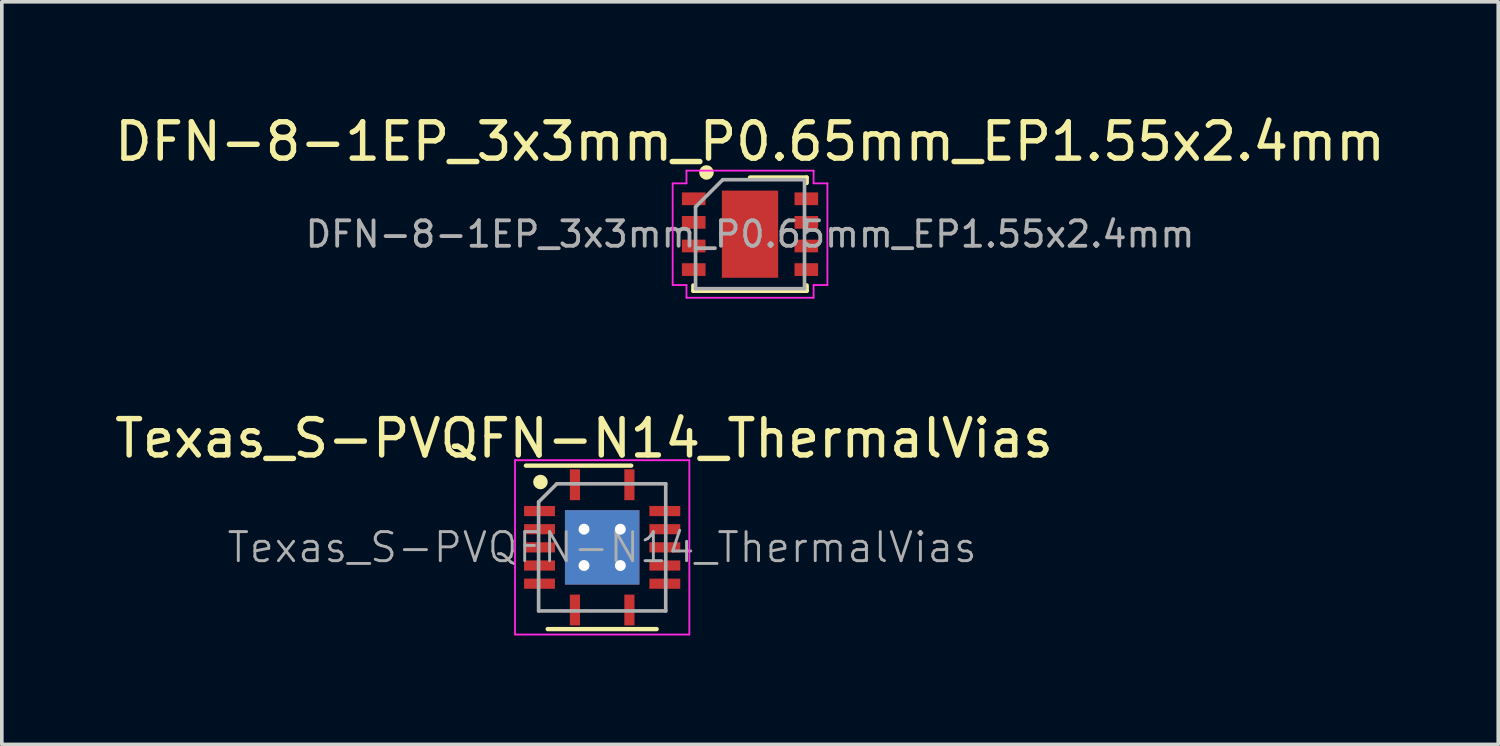
<source format=kicad_pcb>
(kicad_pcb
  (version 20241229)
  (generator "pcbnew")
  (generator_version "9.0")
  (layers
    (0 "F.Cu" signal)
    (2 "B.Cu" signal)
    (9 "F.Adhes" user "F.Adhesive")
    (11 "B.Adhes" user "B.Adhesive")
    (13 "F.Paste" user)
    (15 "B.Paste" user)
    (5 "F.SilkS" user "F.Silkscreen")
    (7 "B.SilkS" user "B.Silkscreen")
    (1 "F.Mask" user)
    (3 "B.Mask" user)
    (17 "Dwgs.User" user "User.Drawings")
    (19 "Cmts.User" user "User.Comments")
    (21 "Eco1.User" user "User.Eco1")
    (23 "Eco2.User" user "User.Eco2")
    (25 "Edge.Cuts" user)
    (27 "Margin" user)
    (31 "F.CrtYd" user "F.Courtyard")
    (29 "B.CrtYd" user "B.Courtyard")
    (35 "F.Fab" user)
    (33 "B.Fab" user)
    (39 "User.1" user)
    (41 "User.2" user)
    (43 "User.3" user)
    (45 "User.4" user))
  (footprint "Texas_S-PVQFN-N14_ThermalVias"
    (layer "F.Cu")
    (at 13.53 12.021)
    (property "Reference" "Texas_S-PVQFN-N14_ThermalVias" (at -0.5 -3 0) (layer "F.SilkS") (effects (font (size 1 1) (thickness 0.15))))
    (attr smd)
    (fp_line (start -1.5 2.25) (end 1.5 2.25) (stroke (width 0.12) (type solid)) (layer "F.SilkS"))
    (fp_line (start 0.8 -2.25) (end -2.1 -2.25) (stroke (width 0.12) (type solid)) (layer "F.SilkS"))
    (fp_circle (center -1.7 -1.8) (end -1.6 -1.8) (stroke (width 0.2) (type solid)) (fill no) (layer "F.SilkS"))
    (fp_line (start -2.4 -2.4) (end 2.4 -2.4) (stroke (width 0.05) (type solid)) (layer "F.CrtYd"))
    (fp_line (start -2.4 2.4) (end -2.4 -2.4) (stroke (width 0.05) (type solid)) (layer "F.CrtYd"))
    (fp_line (start 2.4 -2.4) (end 2.4 2.4) (stroke (width 0.05) (type solid)) (layer "F.CrtYd"))
    (fp_line (start 2.4 2.4) (end -2.4 2.4) (stroke (width 0.05) (type solid)) (layer "F.CrtYd"))
    (fp_line (start -1.75 1.75) (end -1.75 -1.25) (stroke (width 0.1) (type solid)) (layer "F.Fab"))
    (fp_line (start -1.25 -1.75) (end -1.75 -1.25) (stroke (width 0.1) (type solid)) (layer "F.Fab"))
    (fp_line (start -1.25 -1.75) (end 1.75 -1.75) (stroke (width 0.1) (type solid)) (layer "F.Fab"))
    (fp_line (start 1.75 -1.75) (end 1.75 1.75) (stroke (width 0.1) (type solid)) (layer "F.Fab"))
    (fp_line (start 1.75 1.75) (end -1.75 1.75) (stroke (width 0.1) (type solid)) (layer "F.Fab"))
    (fp_text user "${REFERENCE}" (at 0 0 0) (layer "F.Fab") (effects (font (size 0.8 0.8) (thickness 0.08))))
    (pad "" smd rect (at -0.56 -0.56 270) (size 0.82 0.82) (layers "F.Paste"))
    (pad "" smd rect (at -0.56 0.56 270) (size 0.82 0.82) (layers "F.Paste"))
    (pad "" smd rect (at 0.56 -0.56 270) (size 0.82 0.82) (layers "F.Paste"))
    (pad "" smd rect (at 0.56 0.56 270) (size 0.82 0.82) (layers "F.Paste"))
    (pad "1" smd rect (at -0.75 -1.725 270) (size 0.85 0.28) (layers "F.Cu" "F.Mask" "F.Paste"))
    (pad "2" smd rect (at -1.725 -1 270) (size 0.28 0.85) (layers "F.Cu" "F.Mask" "F.Paste"))
    (pad "3" smd rect (at -1.725 -0.5 270) (size 0.28 0.85) (layers "F.Cu" "F.Mask" "F.Paste"))
    (pad "4" smd rect (at -1.725 0 270) (size 0.28 0.85) (layers "F.Cu" "F.Mask" "F.Paste"))
    (pad "5" smd rect (at -1.725 0.5 270) (size 0.28 0.85) (layers "F.Cu" "F.Mask" "F.Paste"))
    (pad "6" smd rect (at -1.725 1 270) (size 0.28 0.85) (layers "F.Cu" "F.Mask" "F.Paste"))
    (pad "7" smd rect (at -0.75 1.725 270) (size 0.85 0.28) (layers "F.Cu" "F.Mask" "F.Paste"))
    (pad "8" smd rect (at 0.75 1.725 270) (size 0.85 0.28) (layers "F.Cu" "F.Mask" "F.Paste"))
    (pad "9" smd rect (at 1.725 1 270) (size 0.28 0.85) (layers "F.Cu" "F.Mask" "F.Paste"))
    (pad "10" smd rect (at 1.725 0.5 270) (size 0.28 0.85) (layers "F.Cu" "F.Mask" "F.Paste"))
    (pad "11" smd rect (at 1.725 0 270) (size 0.28 0.85) (layers "F.Cu" "F.Mask" "F.Paste"))
    (pad "12" smd rect (at 1.725 -0.5 270) (size 0.28 0.85) (layers "F.Cu" "F.Mask" "F.Paste"))
    (pad "13" smd rect (at 1.725 -1 270) (size 0.28 0.85) (layers "F.Cu" "F.Mask" "F.Paste"))
    (pad "14" smd rect (at 0.75 -1.725 270) (size 0.85 0.28) (layers "F.Cu" "F.Mask" "F.Paste"))
    (pad "15" thru_hole circle (at -0.5 -0.5 270) (size 0.6 0.6) (drill 0.3) (layers "*.Cu"))
    (pad "15" thru_hole circle (at -0.5 0.5 270) (size 0.6 0.6) (drill 0.3) (layers "*.Cu"))
    (pad "15" smd rect (at 0 0 270) (size 2.05 2.05) (layers "F.Cu" "F.Mask"))
    (pad "15" smd rect (at 0 0 270) (size 2.05 2.05) (layers "B.Cu"))
    (pad "15" thru_hole circle (at 0.5 -0.5 270) (size 0.6 0.6) (drill 0.3) (layers "*.Cu"))
    (pad "15" thru_hole circle (at 0.5 0.5 270) (size 0.6 0.6) (drill 0.3) (layers "*.Cu")))
  (footprint "DFN-8-1EP_3x3mm_P0.65mm_EP1.55x2.4mm"
    (layer "F.Cu")
    (at 17.601 3.398)
    (property "Reference" "DFN-8-1EP_3x3mm_P0.65mm_EP1.55x2.4mm" (at 0 -2.55 0) (layer "F.SilkS") (effects (font (size 1 1) (thickness 0.15))))
    (attr smd)
    (fp_line (start -1.56 1.56) (end -1.56 1.41) (stroke (width 0.12) (type solid)) (layer "F.SilkS"))
    (fp_line (start -1.56 1.56) (end 1.56 1.56) (stroke (width 0.12) (type solid)) (layer "F.SilkS"))
    (fp_line (start 0 -1.56) (end 1.56 -1.56) (stroke (width 0.12) (type solid)) (layer "F.SilkS"))
    (fp_line (start 1.56 -1.56) (end 1.56 -1.41) (stroke (width 0.12) (type solid)) (layer "F.SilkS"))
    (fp_line (start 1.56 1.56) (end 1.56 1.41) (stroke (width 0.12) (type solid)) (layer "F.SilkS"))
    (fp_circle (center -1.2 -1.7) (end -1.1 -1.7) (stroke (width 0.2) (type solid)) (fill no) (layer "F.SilkS"))
    (fp_line (start -2.13 -1.4) (end -2.13 1.4) (stroke (width 0.05) (type solid)) (layer "F.CrtYd"))
    (fp_line (start -1.75 -1.75) (end -1.75 -1.4) (stroke (width 0.05) (type solid)) (layer "F.CrtYd"))
    (fp_line (start -1.75 -1.75) (end 1.75 -1.75) (stroke (width 0.05) (type solid)) (layer "F.CrtYd"))
    (fp_line (start -1.75 -1.4) (end -2.13 -1.4) (stroke (width 0.05) (type solid)) (layer "F.CrtYd"))
    (fp_line (start -1.75 1.4) (end -2.13 1.4) (stroke (width 0.05) (type solid)) (layer "F.CrtYd"))
    (fp_line (start -1.75 1.75) (end -1.75 1.4) (stroke (width 0.05) (type solid)) (layer "F.CrtYd"))
    (fp_line (start -1.75 1.75) (end 1.75 1.75) (stroke (width 0.05) (type solid)) (layer "F.CrtYd"))
    (fp_line (start 1.75 -1.75) (end 1.75 -1.4) (stroke (width 0.05) (type solid)) (layer "F.CrtYd"))
    (fp_line (start 1.75 -1.4) (end 2.13 -1.4) (stroke (width 0.05) (type solid)) (layer "F.CrtYd"))
    (fp_line (start 1.75 1.4) (end 2.13 1.4) (stroke (width 0.05) (type solid)) (layer "F.CrtYd"))
    (fp_line (start 1.75 1.75) (end 1.75 1.4) (stroke (width 0.05) (type solid)) (layer "F.CrtYd"))
    (fp_line (start 2.13 -1.4) (end 2.13 1.4) (stroke (width 0.05) (type solid)) (layer "F.CrtYd"))
    (fp_line (start -1.5 -0.75) (end -0.75 -1.5) (stroke (width 0.1) (type solid)) (layer "F.Fab"))
    (fp_line (start -1.5 1.5) (end -1.5 -0.75) (stroke (width 0.1) (type solid)) (layer "F.Fab"))
    (fp_line (start -0.75 -1.5) (end 1.5 -1.5) (stroke (width 0.1) (type solid)) (layer "F.Fab"))
    (fp_line (start 1.5 -1.5) (end 1.5 1.5) (stroke (width 0.1) (type solid)) (layer "F.Fab"))
    (fp_line (start 1.5 1.5) (end -1.5 1.5) (stroke (width 0.1) (type solid)) (layer "F.Fab"))
    (fp_text user "${REFERENCE}" (at 0 0 0) (layer "F.Fab") (effects (font (size 0.7 0.7) (thickness 0.105))))
    (pad "" smd rect (at -0.388 -0.6) (size 0.6 1) (layers "F.Paste"))
    (pad "" smd rect (at -0.388 0.6) (size 0.6 1) (layers "F.Paste"))
    (pad "" smd rect (at 0.388 -0.6) (size 0.6 1) (layers "F.Paste"))
    (pad "" smd rect (at 0.388 0.6) (size 0.6 1) (layers "F.Paste"))
    (pad "1" smd rect (at -1.55 -0.975) (size 0.65 0.35) (layers "F.Cu" "F.Mask" "F.Paste"))
    (pad "2" smd rect (at -1.55 -0.325) (size 0.65 0.35) (layers "F.Cu" "F.Mask" "F.Paste"))
    (pad "3" smd rect (at -1.55 0.325) (size 0.65 0.35) (layers "F.Cu" "F.Mask" "F.Paste"))
    (pad "4" smd rect (at -1.55 0.975) (size 0.65 0.35) (layers "F.Cu" "F.Mask" "F.Paste"))
    (pad "5" smd rect (at 1.55 0.975) (size 0.65 0.35) (layers "F.Cu" "F.Mask" "F.Paste"))
    (pad "6" smd rect (at 1.55 0.325) (size 0.65 0.35) (layers "F.Cu" "F.Mask" "F.Paste"))
    (pad "7" smd rect (at 1.55 -0.325) (size 0.65 0.35) (layers "F.Cu" "F.Mask" "F.Paste"))
    (pad "8" smd rect (at 1.55 -0.975) (size 0.65 0.35) (layers "F.Cu" "F.Mask" "F.Paste"))
    (pad "9" smd rect (at 0 0) (size 1.55 2.4) (layers "F.Cu" "F.Mask")))
  (gr_rect
    (start -3 -3)
    (end 38.202 17.447)
    (stroke (width 0.1) (type default))
    (fill no)
    (layer "Edge.Cuts")))
</source>
